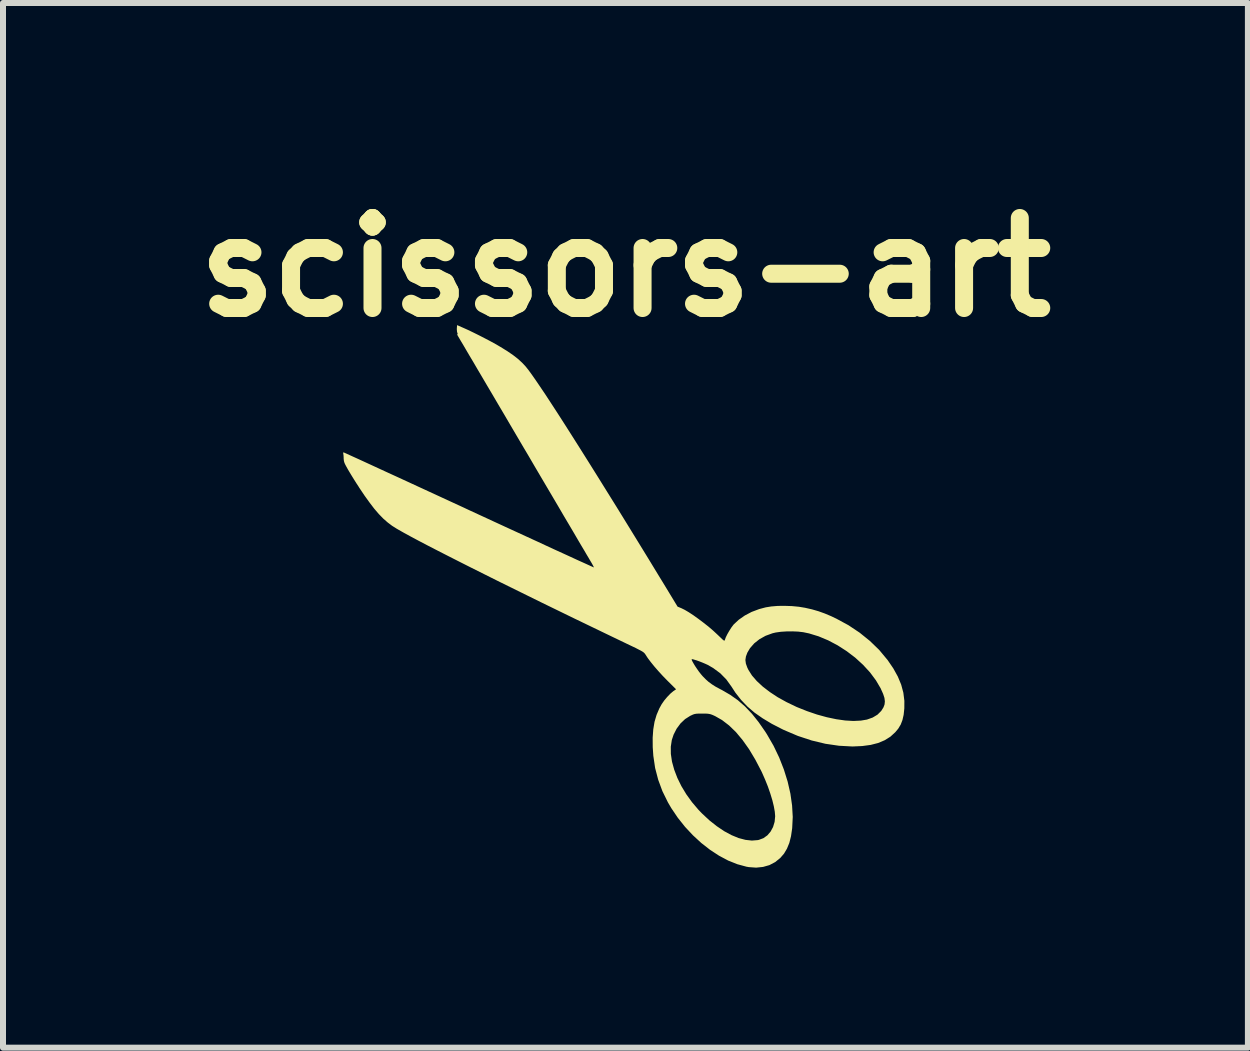
<source format=kicad_pcb>
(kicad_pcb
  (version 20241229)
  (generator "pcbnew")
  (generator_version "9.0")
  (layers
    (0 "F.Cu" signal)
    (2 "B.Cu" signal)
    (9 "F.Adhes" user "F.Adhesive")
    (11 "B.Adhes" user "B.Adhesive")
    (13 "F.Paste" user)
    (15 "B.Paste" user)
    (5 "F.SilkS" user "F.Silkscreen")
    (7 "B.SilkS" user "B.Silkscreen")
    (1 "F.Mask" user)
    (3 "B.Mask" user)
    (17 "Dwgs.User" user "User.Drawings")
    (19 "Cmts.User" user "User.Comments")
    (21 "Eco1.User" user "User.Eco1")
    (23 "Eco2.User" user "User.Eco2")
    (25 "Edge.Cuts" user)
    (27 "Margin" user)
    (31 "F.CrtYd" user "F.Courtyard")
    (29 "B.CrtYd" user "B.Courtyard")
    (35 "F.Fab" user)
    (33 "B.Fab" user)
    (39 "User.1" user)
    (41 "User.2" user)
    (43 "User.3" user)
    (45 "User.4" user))
  (footprint "scissors-art"
    (layer "F.Cu")
    (at 7.371 6.904)
    (property "Reference" "scissors-art" (at 0 -5.5 0) (layer "F.SilkS") (effects (font (size 1.5 1.5) (thickness 0.3))))
    (attr board_only exclude_from_pos_files exclude_from_bom)
    (fp_poly (pts (xy -2.698 -4.49) (xy -2.622 -4.456) (xy -2.533 -4.413) (xy -2.436 -4.365) (xy -2.337 -4.314) (xy -2.242 -4.264) (xy -2.156 -4.217) (xy -2.085 -4.175) (xy -2.081 -4.173) (xy -1.968 -4.103) (xy -1.873 -4.038) (xy -1.792 -3.975) (xy -1.723 -3.912) (xy -1.662 -3.847) (xy -1.615 -3.788) (xy -1.561 -3.714) (xy -1.496 -3.621) (xy -1.42 -3.509) (xy -1.333 -3.38) (xy -1.237 -3.233) (xy -1.131 -3.07) (xy -1.016 -2.891) (xy -0.892 -2.696) (xy -0.759 -2.486) (xy -0.618 -2.262) (xy -0.469 -2.024) (xy -0.313 -1.773) (xy -0.149 -1.51) (xy 0.021 -1.234) (xy 0.198 -0.946) (xy 0.381 -0.648) (xy 0.569 -0.339) (xy 0.625 -0.248) (xy 0.869 0.154) (xy 0.932 0.18) (xy 0.987 0.207) (xy 1.055 0.247) (xy 1.133 0.298) (xy 1.215 0.357) (xy 1.3 0.421) (xy 1.384 0.487) (xy 1.462 0.554) (xy 1.531 0.618) (xy 1.55 0.636) (xy 1.592 0.676) (xy 1.62 0.703) (xy 1.638 0.717) (xy 1.649 0.721) (xy 1.654 0.716) (xy 1.657 0.709) (xy 1.672 0.666) (xy 1.698 0.613) (xy 1.731 0.556) (xy 1.766 0.501) (xy 1.8 0.456) (xy 1.806 0.449) (xy 1.889 0.372) (xy 1.989 0.302) (xy 2.103 0.242) (xy 2.228 0.195) (xy 2.337 0.166) (xy 2.43 0.151) (xy 2.539 0.142) (xy 2.656 0.141) (xy 2.775 0.145) (xy 2.89 0.156) (xy 2.993 0.173) (xy 3.111 0.2) (xy 3.218 0.231) (xy 3.321 0.268) (xy 3.428 0.313) (xy 3.516 0.355) (xy 3.717 0.464) (xy 3.903 0.588) (xy 4.074 0.726) (xy 4.228 0.875) (xy 4.362 1.036) (xy 4.366 1.04) (xy 4.463 1.182) (xy 4.539 1.319) (xy 4.595 1.454) (xy 4.631 1.588) (xy 4.648 1.724) (xy 4.647 1.851) (xy 4.636 1.956) (xy 4.616 2.044) (xy 4.587 2.119) (xy 4.546 2.187) (xy 4.496 2.247) (xy 4.415 2.321) (xy 4.32 2.38) (xy 4.211 2.426) (xy 4.086 2.458) (xy 3.945 2.477) (xy 3.785 2.484) (xy 3.781 2.484) (xy 3.558 2.472) (xy 3.332 2.439) (xy 3.103 2.384) (xy 2.873 2.308) (xy 2.642 2.21) (xy 2.613 2.196) (xy 2.44 2.107) (xy 2.287 2.015) (xy 2.151 1.92) (xy 2.032 1.818) (xy 1.927 1.708) (xy 1.833 1.588) (xy 1.766 1.485) (xy 1.681 1.367) (xy 1.58 1.264) (xy 1.462 1.177) (xy 1.372 1.125) (xy 1.328 1.105) (xy 1.278 1.084) (xy 1.227 1.064) (xy 1.179 1.047) (xy 1.163 1.043) (xy 1.999 1.043) (xy 2.007 1.103) (xy 2.031 1.17) (xy 2.05 1.209) (xy 2.109 1.302) (xy 2.189 1.394) (xy 2.288 1.486) (xy 2.405 1.576) (xy 2.537 1.663) (xy 2.683 1.744) (xy 2.841 1.82) (xy 2.856 1.827) (xy 3.026 1.895) (xy 3.193 1.952) (xy 3.357 1.997) (xy 3.514 2.03) (xy 3.662 2.051) (xy 3.799 2.059) (xy 3.923 2.053) (xy 4.024 2.036) (xy 4.12 2.002) (xy 4.2 1.954) (xy 4.263 1.891) (xy 4.3 1.832) (xy 4.318 1.783) (xy 4.323 1.732) (xy 4.316 1.675) (xy 4.294 1.608) (xy 4.258 1.528) (xy 4.254 1.518) (xy 4.174 1.382) (xy 4.075 1.249) (xy 3.959 1.123) (xy 3.829 1.004) (xy 3.687 0.896) (xy 3.536 0.799) (xy 3.379 0.716) (xy 3.219 0.649) (xy 3.059 0.6) (xy 2.963 0.58) (xy 2.878 0.57) (xy 2.783 0.566) (xy 2.685 0.567) (xy 2.59 0.573) (xy 2.505 0.585) (xy 2.45 0.598) (xy 2.335 0.64) (xy 2.233 0.697) (xy 2.146 0.766) (xy 2.076 0.846) (xy 2.032 0.92) (xy 2.008 0.984) (xy 1.999 1.043) (xy 1.163 1.043) (xy 1.139 1.035) (xy 1.112 1.029) (xy 1.105 1.03) (xy 1.104 1.04) (xy 1.115 1.065) (xy 1.135 1.101) (xy 1.161 1.144) (xy 1.192 1.19) (xy 1.225 1.237) (xy 1.258 1.279) (xy 1.286 1.312) (xy 1.337 1.364) (xy 1.386 1.408) (xy 1.439 1.447) (xy 1.5 1.486) (xy 1.576 1.527) (xy 1.609 1.544) (xy 1.745 1.623) (xy 1.873 1.713) (xy 1.993 1.818) (xy 2.109 1.94) (xy 2.22 2.079) (xy 2.331 2.239) (xy 2.359 2.283) (xy 2.468 2.472) (xy 2.562 2.668) (xy 2.64 2.867) (xy 2.703 3.069) (xy 2.749 3.27) (xy 2.777 3.467) (xy 2.788 3.658) (xy 2.779 3.84) (xy 2.778 3.851) (xy 2.759 3.98) (xy 2.731 4.091) (xy 2.692 4.186) (xy 2.643 4.269) (xy 2.581 4.341) (xy 2.581 4.341) (xy 2.496 4.41) (xy 2.399 4.461) (xy 2.293 4.491) (xy 2.178 4.503) (xy 2.055 4.494) (xy 2.016 4.487) (xy 1.865 4.446) (xy 1.712 4.385) (xy 1.56 4.304) (xy 1.41 4.206) (xy 1.264 4.092) (xy 1.125 3.964) (xy 0.994 3.824) (xy 0.873 3.672) (xy 0.764 3.511) (xy 0.708 3.415) (xy 0.616 3.228) (xy 0.546 3.038) (xy 0.495 2.843) (xy 0.465 2.64) (xy 0.455 2.495) (xy 0.455 2.488) (xy 0.756 2.488) (xy 0.757 2.609) (xy 0.776 2.737) (xy 0.813 2.871) (xy 0.865 3.007) (xy 0.932 3.144) (xy 1.014 3.28) (xy 1.11 3.413) (xy 1.218 3.54) (xy 1.276 3.6) (xy 1.398 3.714) (xy 1.522 3.812) (xy 1.645 3.895) (xy 1.767 3.961) (xy 1.886 4.01) (xy 2 4.04) (xy 2.107 4.052) (xy 2.207 4.044) (xy 2.224 4.04) (xy 2.299 4.012) (xy 2.365 3.965) (xy 2.419 3.902) (xy 2.46 3.826) (xy 2.486 3.74) (xy 2.495 3.647) (xy 2.489 3.572) (xy 2.473 3.482) (xy 2.448 3.379) (xy 2.414 3.268) (xy 2.374 3.152) (xy 2.327 3.035) (xy 2.276 2.919) (xy 2.265 2.896) (xy 2.164 2.703) (xy 2.06 2.529) (xy 1.952 2.377) (xy 1.841 2.244) (xy 1.726 2.133) (xy 1.61 2.044) (xy 1.496 1.979) (xy 1.455 1.96) (xy 1.423 1.948) (xy 1.393 1.941) (xy 1.359 1.937) (xy 1.312 1.936) (xy 1.281 1.936) (xy 1.225 1.936) (xy 1.185 1.938) (xy 1.154 1.943) (xy 1.126 1.952) (xy 1.094 1.967) (xy 1.079 1.974) (xy 0.994 2.028) (xy 0.918 2.1) (xy 0.853 2.188) (xy 0.803 2.286) (xy 0.773 2.376) (xy 0.756 2.488) (xy 0.455 2.488) (xy 0.454 2.338) (xy 0.464 2.199) (xy 0.485 2.073) (xy 0.519 1.958) (xy 0.565 1.85) (xy 0.603 1.781) (xy 0.645 1.72) (xy 0.696 1.659) (xy 0.75 1.603) (xy 0.801 1.56) (xy 0.807 1.557) (xy 0.844 1.531) (xy 0.696 1.384) (xy 0.621 1.307) (xy 0.549 1.228) (xy 0.481 1.15) (xy 0.422 1.077) (xy 0.373 1.012) (xy 0.338 0.959) (xy 0.329 0.944) (xy 0.319 0.932) (xy 0.306 0.919) (xy 0.287 0.905) (xy 0.26 0.889) (xy 0.223 0.87) (xy 0.173 0.844) (xy 0.108 0.813) (xy 0.026 0.774) (xy -0.007 0.758) (xy -0.292 0.621) (xy -0.574 0.485) (xy -0.85 0.352) (xy -1.121 0.22) (xy -1.386 0.091) (xy -1.642 -0.035) (xy -1.89 -0.157) (xy -2.129 -0.275) (xy -2.357 -0.389) (xy -2.573 -0.497) (xy -2.777 -0.6) (xy -2.968 -0.697) (xy -3.144 -0.787) (xy -3.305 -0.87) (xy -3.45 -0.946) (xy -3.577 -1.014) (xy -3.687 -1.074) (xy -3.777 -1.125) (xy -3.81 -1.144) (xy -3.888 -1.193) (xy -3.962 -1.249) (xy -4.035 -1.313) (xy -4.108 -1.388) (xy -4.183 -1.475) (xy -4.261 -1.577) (xy -4.346 -1.695) (xy -4.438 -1.832) (xy -4.439 -1.835) (xy -4.483 -1.902) (xy -4.527 -1.972) (xy -4.569 -2.04) (xy -4.605 -2.1) (xy -4.625 -2.134) (xy -4.654 -2.186) (xy -4.674 -2.224) (xy -4.686 -2.255) (xy -4.692 -2.283) (xy -4.695 -2.314) (xy -4.695 -2.325) (xy -4.697 -2.364) (xy -4.701 -2.395) (xy -4.704 -2.408) (xy -4.701 -2.415) (xy -4.689 -2.414) (xy -4.677 -2.408) (xy -4.645 -2.394) (xy -4.595 -2.371) (xy -4.527 -2.34) (xy -4.443 -2.302) (xy -4.343 -2.256) (xy -4.228 -2.203) (xy -4.1 -2.144) (xy -3.959 -2.079) (xy -3.806 -2.009) (xy -3.643 -1.934) (xy -3.47 -1.854) (xy -3.288 -1.77) (xy -3.099 -1.683) (xy -2.902 -1.592) (xy -2.7 -1.499) (xy -2.598 -1.451) (xy -2.394 -1.357) (xy -2.195 -1.265) (xy -2.002 -1.176) (xy -1.817 -1.091) (xy -1.641 -1.01) (xy -1.473 -0.933) (xy -1.316 -0.86) (xy -1.171 -0.793) (xy -1.037 -0.732) (xy -0.917 -0.677) (xy -0.811 -0.628) (xy -0.72 -0.587) (xy -0.645 -0.553) (xy -0.588 -0.527) (xy -0.548 -0.509) (xy -0.528 -0.5) (xy -0.525 -0.499) (xy -0.529 -0.509) (xy -0.542 -0.535) (xy -0.562 -0.571) (xy -0.578 -0.598) (xy -0.59 -0.618) (xy -0.612 -0.656) (xy -0.645 -0.711) (xy -0.687 -0.783) (xy -0.739 -0.87) (xy -0.799 -0.972) (xy -0.866 -1.087) (xy -0.941 -1.214) (xy -1.023 -1.352) (xy -1.11 -1.501) (xy -1.203 -1.659) (xy -1.301 -1.825) (xy -1.403 -1.998) (xy -1.509 -2.178) (xy -1.617 -2.363) (xy -1.702 -2.506) (xy -1.812 -2.693) (xy -1.919 -2.875) (xy -2.022 -3.051) (xy -2.122 -3.22) (xy -2.217 -3.382) (xy -2.307 -3.534) (xy -2.391 -3.677) (xy -2.469 -3.809) (xy -2.539 -3.929) (xy -2.603 -4.036) (xy -2.658 -4.13) (xy -2.704 -4.209) (xy -2.742 -4.272) (xy -2.769 -4.318) (xy -2.786 -4.347) (xy -2.792 -4.357) (xy -2.803 -4.378) (xy -2.804 -4.387) (xy -2.801 -4.386) (xy -2.792 -4.383) (xy -2.796 -4.395) (xy -2.799 -4.402) (xy -2.806 -4.427) (xy -2.809 -4.464) (xy -2.809 -4.482) (xy -2.805 -4.537)) (stroke (width 0) (type solid)) (fill yes) (layer "F.SilkS")))
  (gr_rect
    (start -3 -3)
    (end 17.743 14.407)
    (stroke (width 0.1) (type default))
    (fill no)
    (layer "Edge.Cuts")))
</source>
